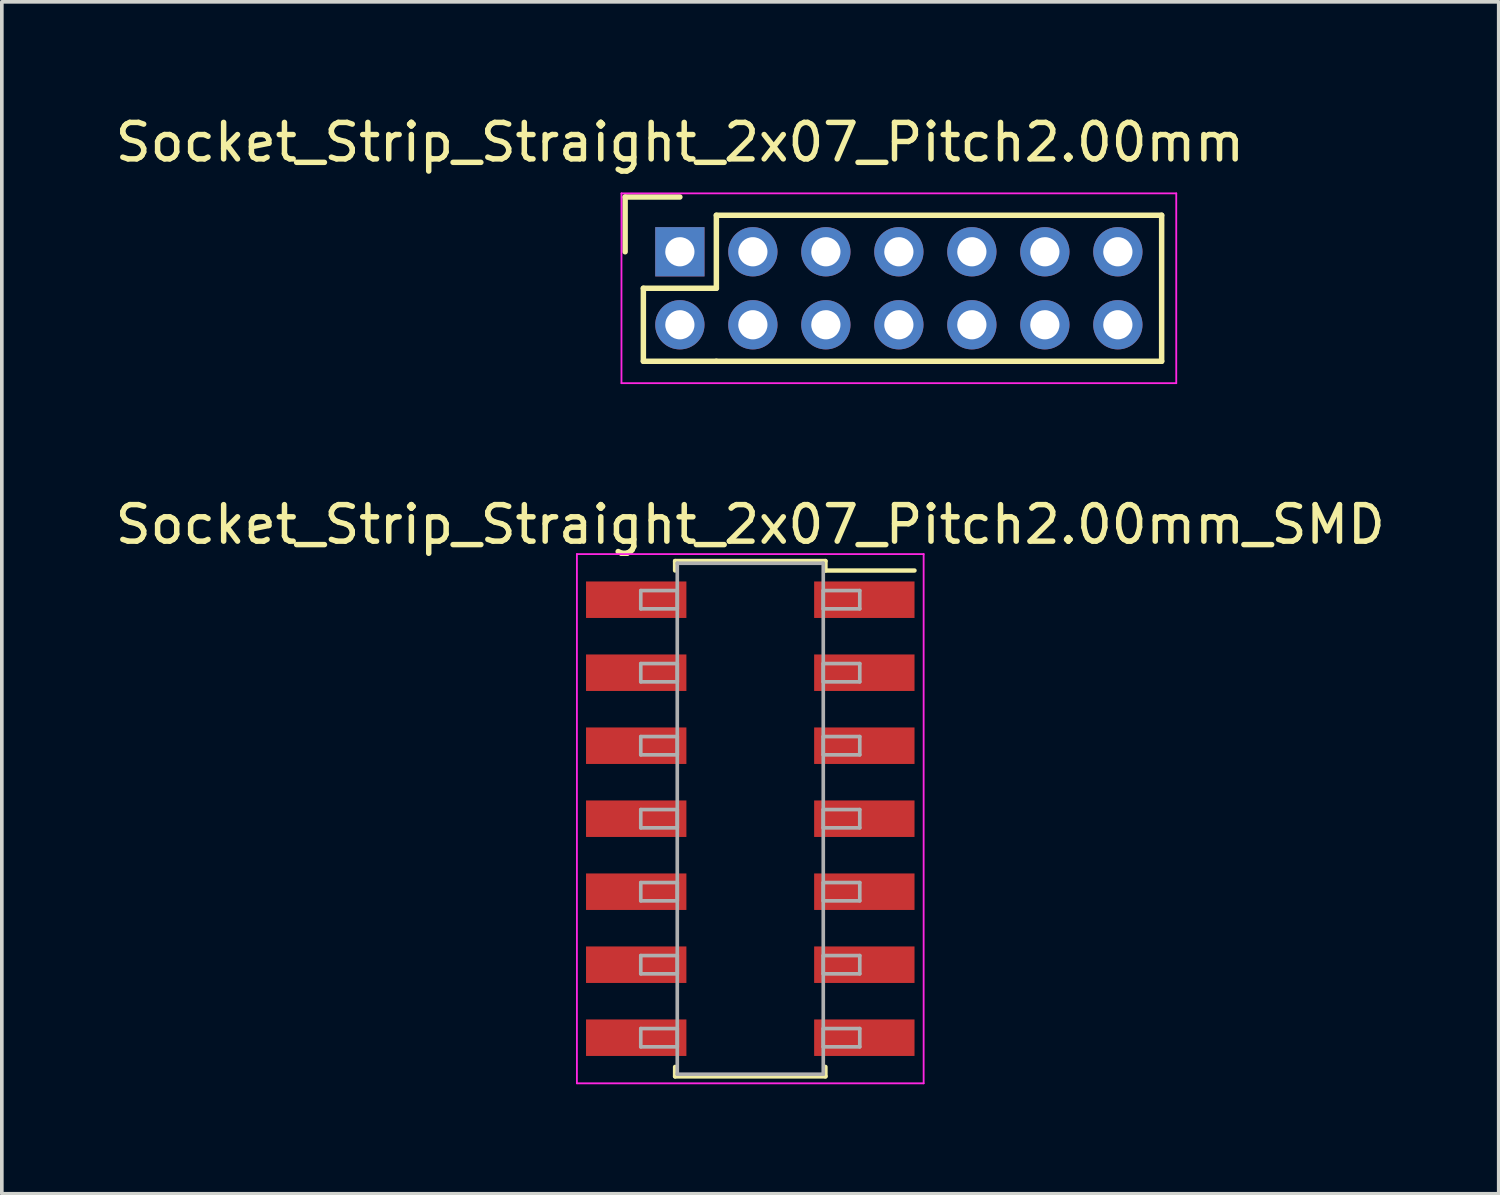
<source format=kicad_pcb>
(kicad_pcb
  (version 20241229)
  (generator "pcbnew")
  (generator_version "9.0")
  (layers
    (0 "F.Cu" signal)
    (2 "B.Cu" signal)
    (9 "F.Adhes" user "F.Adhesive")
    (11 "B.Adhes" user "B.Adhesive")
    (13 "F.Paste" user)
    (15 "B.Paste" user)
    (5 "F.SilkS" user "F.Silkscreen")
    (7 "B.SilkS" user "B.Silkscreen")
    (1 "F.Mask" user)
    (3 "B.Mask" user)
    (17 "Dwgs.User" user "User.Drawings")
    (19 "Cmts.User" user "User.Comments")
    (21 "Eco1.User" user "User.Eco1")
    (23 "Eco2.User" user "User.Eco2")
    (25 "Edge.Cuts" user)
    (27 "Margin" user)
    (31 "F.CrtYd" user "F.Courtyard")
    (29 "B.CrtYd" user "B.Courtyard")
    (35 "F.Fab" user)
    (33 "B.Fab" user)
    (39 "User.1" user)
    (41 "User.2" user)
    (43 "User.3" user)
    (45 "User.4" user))
  (footprint "Socket_Strip_Straight_2x07_Pitch2.00mm"
    (layer "F.Cu")
    (at 15.577 3.848)
    (property "Reference" "Socket_Strip_Straight_2x07_Pitch2.00mm" (at 0 -3 0) (layer "F.SilkS") (effects (font (size 1 1) (thickness 0.15))))
    (attr through_hole)
    (fp_line (start -1.5 -1.5) (end -1.5 0) (stroke (width 0.15) (type solid)) (layer "F.SilkS"))
    (fp_line (start -1 1) (end -1 3) (stroke (width 0.15) (type solid)) (layer "F.SilkS"))
    (fp_line (start -1 3) (end 1 3) (stroke (width 0.15) (type solid)) (layer "F.SilkS"))
    (fp_line (start 0 -1.5) (end -1.5 -1.5) (stroke (width 0.15) (type solid)) (layer "F.SilkS"))
    (fp_line (start 1 -1) (end 1 1) (stroke (width 0.15) (type solid)) (layer "F.SilkS"))
    (fp_line (start 1 1) (end -1 1) (stroke (width 0.15) (type solid)) (layer "F.SilkS"))
    (fp_line (start 1 3) (end 13.2 3) (stroke (width 0.15) (type solid)) (layer "F.SilkS"))
    (fp_line (start 13.2 -1) (end 1 -1) (stroke (width 0.15) (type solid)) (layer "F.SilkS"))
    (fp_line (start 13.2 3) (end 13.2 -1) (stroke (width 0.15) (type solid)) (layer "F.SilkS"))
    (fp_line (start -1.6 -1.6) (end -1.6 3.6) (stroke (width 0.05) (type solid)) (layer "F.CrtYd"))
    (fp_line (start -1.6 3.6) (end 13.6 3.6) (stroke (width 0.05) (type solid)) (layer "F.CrtYd"))
    (fp_line (start 13.6 -1.6) (end -1.6 -1.6) (stroke (width 0.05) (type solid)) (layer "F.CrtYd"))
    (fp_line (start 13.6 3.6) (end 13.6 -1.6) (stroke (width 0.05) (type solid)) (layer "F.CrtYd"))
    (pad "1" thru_hole rect (at 0 0) (size 1.35 1.35) (drill 0.8) (layers "*.Cu" "*.Mask"))
    (pad "2" thru_hole circle (at 0 2) (size 1.35 1.35) (drill 0.8) (layers "*.Cu" "*.Mask"))
    (pad "3" thru_hole circle (at 2 0) (size 1.35 1.35) (drill 0.8) (layers "*.Cu" "*.Mask"))
    (pad "4" thru_hole circle (at 2 2) (size 1.35 1.35) (drill 0.8) (layers "*.Cu" "*.Mask"))
    (pad "5" thru_hole circle (at 4 0) (size 1.35 1.35) (drill 0.8) (layers "*.Cu" "*.Mask"))
    (pad "6" thru_hole circle (at 4 2) (size 1.35 1.35) (drill 0.8) (layers "*.Cu" "*.Mask"))
    (pad "7" thru_hole circle (at 6 0) (size 1.35 1.35) (drill 0.8) (layers "*.Cu" "*.Mask"))
    (pad "8" thru_hole circle (at 6 2) (size 1.35 1.35) (drill 0.8) (layers "*.Cu" "*.Mask"))
    (pad "9" thru_hole circle (at 8 0) (size 1.35 1.35) (drill 0.8) (layers "*.Cu" "*.Mask"))
    (pad "10" thru_hole circle (at 8 2) (size 1.35 1.35) (drill 0.8) (layers "*.Cu" "*.Mask"))
    (pad "11" thru_hole circle (at 10 0) (size 1.35 1.35) (drill 0.8) (layers "*.Cu" "*.Mask"))
    (pad "12" thru_hole circle (at 10 2) (size 1.35 1.35) (drill 0.8) (layers "*.Cu" "*.Mask"))
    (pad "13" thru_hole circle (at 12 0) (size 1.35 1.35) (drill 0.8) (layers "*.Cu" "*.Mask"))
    (pad "14" thru_hole circle (at 12 2) (size 1.35 1.35) (drill 0.8) (layers "*.Cu" "*.Mask")))
  (footprint "Socket_Strip_Straight_2x07_Pitch2.00mm_SMD"
    (layer "F.Cu")
    (at 17.506 19.381)
    (property "Reference" "Socket_Strip_Straight_2x07_Pitch2.00mm_SMD" (at 0 -8.06 0) (layer "F.SilkS") (effects (font (size 1 1) (thickness 0.15))))
    (attr smd)
    (fp_line (start -2.06 -7.06) (end 2.06 -7.06) (stroke (width 0.12) (type solid)) (layer "F.SilkS"))
    (fp_line (start -2.06 -6.8) (end -2.06 -7.06) (stroke (width 0.12) (type solid)) (layer "F.SilkS"))
    (fp_line (start -2.06 6.8) (end -2.06 7.06) (stroke (width 0.12) (type solid)) (layer "F.SilkS"))
    (fp_line (start -2.06 7.06) (end 2.06 7.06) (stroke (width 0.12) (type solid)) (layer "F.SilkS"))
    (fp_line (start 2.06 -7.06) (end 2.06 -6.8) (stroke (width 0.12) (type solid)) (layer "F.SilkS"))
    (fp_line (start 2.06 7.06) (end 2.06 6.8) (stroke (width 0.12) (type solid)) (layer "F.SilkS"))
    (fp_line (start 4.5 -6.8) (end 2.06 -6.8) (stroke (width 0.12) (type solid)) (layer "F.SilkS"))
    (fp_line (start -4.75 -7.25) (end -4.75 7.25) (stroke (width 0.05) (type solid)) (layer "F.CrtYd"))
    (fp_line (start -4.75 7.25) (end 4.75 7.25) (stroke (width 0.05) (type solid)) (layer "F.CrtYd"))
    (fp_line (start 4.75 -7.25) (end -4.75 -7.25) (stroke (width 0.05) (type solid)) (layer "F.CrtYd"))
    (fp_line (start 4.75 7.25) (end 4.75 -7.25) (stroke (width 0.05) (type solid)) (layer "F.CrtYd"))
    (fp_line (start -3 -6.25) (end -2 -6.25) (stroke (width 0.1) (type solid)) (layer "F.Fab"))
    (fp_line (start -3 -5.75) (end -3 -6.25) (stroke (width 0.1) (type solid)) (layer "F.Fab"))
    (fp_line (start -3 -4.25) (end -2 -4.25) (stroke (width 0.1) (type solid)) (layer "F.Fab"))
    (fp_line (start -3 -3.75) (end -3 -4.25) (stroke (width 0.1) (type solid)) (layer "F.Fab"))
    (fp_line (start -3 -2.25) (end -2 -2.25) (stroke (width 0.1) (type solid)) (layer "F.Fab"))
    (fp_line (start -3 -1.75) (end -3 -2.25) (stroke (width 0.1) (type solid)) (layer "F.Fab"))
    (fp_line (start -3 -0.25) (end -2 -0.25) (stroke (width 0.1) (type solid)) (layer "F.Fab"))
    (fp_line (start -3 0.25) (end -3 -0.25) (stroke (width 0.1) (type solid)) (layer "F.Fab"))
    (fp_line (start -3 1.75) (end -2 1.75) (stroke (width 0.1) (type solid)) (layer "F.Fab"))
    (fp_line (start -3 2.25) (end -3 1.75) (stroke (width 0.1) (type solid)) (layer "F.Fab"))
    (fp_line (start -3 3.75) (end -2 3.75) (stroke (width 0.1) (type solid)) (layer "F.Fab"))
    (fp_line (start -3 4.25) (end -3 3.75) (stroke (width 0.1) (type solid)) (layer "F.Fab"))
    (fp_line (start -3 5.75) (end -2 5.75) (stroke (width 0.1) (type solid)) (layer "F.Fab"))
    (fp_line (start -3 6.25) (end -3 5.75) (stroke (width 0.1) (type solid)) (layer "F.Fab"))
    (fp_line (start -2 -7) (end -2 7) (stroke (width 0.1) (type solid)) (layer "F.Fab"))
    (fp_line (start -2 -6.25) (end -2 -5.75) (stroke (width 0.1) (type solid)) (layer "F.Fab"))
    (fp_line (start -2 -5.75) (end -3 -5.75) (stroke (width 0.1) (type solid)) (layer "F.Fab"))
    (fp_line (start -2 -4.25) (end -2 -3.75) (stroke (width 0.1) (type solid)) (layer "F.Fab"))
    (fp_line (start -2 -3.75) (end -3 -3.75) (stroke (width 0.1) (type solid)) (layer "F.Fab"))
    (fp_line (start -2 -2.25) (end -2 -1.75) (stroke (width 0.1) (type solid)) (layer "F.Fab"))
    (fp_line (start -2 -1.75) (end -3 -1.75) (stroke (width 0.1) (type solid)) (layer "F.Fab"))
    (fp_line (start -2 -0.25) (end -2 0.25) (stroke (width 0.1) (type solid)) (layer "F.Fab"))
    (fp_line (start -2 0.25) (end -3 0.25) (stroke (width 0.1) (type solid)) (layer "F.Fab"))
    (fp_line (start -2 1.75) (end -2 2.25) (stroke (width 0.1) (type solid)) (layer "F.Fab"))
    (fp_line (start -2 2.25) (end -3 2.25) (stroke (width 0.1) (type solid)) (layer "F.Fab"))
    (fp_line (start -2 3.75) (end -2 4.25) (stroke (width 0.1) (type solid)) (layer "F.Fab"))
    (fp_line (start -2 4.25) (end -3 4.25) (stroke (width 0.1) (type solid)) (layer "F.Fab"))
    (fp_line (start -2 5.75) (end -2 6.25) (stroke (width 0.1) (type solid)) (layer "F.Fab"))
    (fp_line (start -2 6.25) (end -3 6.25) (stroke (width 0.1) (type solid)) (layer "F.Fab"))
    (fp_line (start -2 7) (end 2 7) (stroke (width 0.1) (type solid)) (layer "F.Fab"))
    (fp_line (start 2 -7) (end -2 -7) (stroke (width 0.1) (type solid)) (layer "F.Fab"))
    (fp_line (start 2 -6.25) (end 2 -5.75) (stroke (width 0.1) (type solid)) (layer "F.Fab"))
    (fp_line (start 2 -5.75) (end 3 -5.75) (stroke (width 0.1) (type solid)) (layer "F.Fab"))
    (fp_line (start 2 -4.25) (end 2 -3.75) (stroke (width 0.1) (type solid)) (layer "F.Fab"))
    (fp_line (start 2 -3.75) (end 3 -3.75) (stroke (width 0.1) (type solid)) (layer "F.Fab"))
    (fp_line (start 2 -2.25) (end 2 -1.75) (stroke (width 0.1) (type solid)) (layer "F.Fab"))
    (fp_line (start 2 -1.75) (end 3 -1.75) (stroke (width 0.1) (type solid)) (layer "F.Fab"))
    (fp_line (start 2 -0.25) (end 2 0.25) (stroke (width 0.1) (type solid)) (layer "F.Fab"))
    (fp_line (start 2 0.25) (end 3 0.25) (stroke (width 0.1) (type solid)) (layer "F.Fab"))
    (fp_line (start 2 1.75) (end 2 2.25) (stroke (width 0.1) (type solid)) (layer "F.Fab"))
    (fp_line (start 2 2.25) (end 3 2.25) (stroke (width 0.1) (type solid)) (layer "F.Fab"))
    (fp_line (start 2 3.75) (end 2 4.25) (stroke (width 0.1) (type solid)) (layer "F.Fab"))
    (fp_line (start 2 4.25) (end 3 4.25) (stroke (width 0.1) (type solid)) (layer "F.Fab"))
    (fp_line (start 2 5.75) (end 2 6.25) (stroke (width 0.1) (type solid)) (layer "F.Fab"))
    (fp_line (start 2 6.25) (end 3 6.25) (stroke (width 0.1) (type solid)) (layer "F.Fab"))
    (fp_line (start 2 7) (end 2 -7) (stroke (width 0.1) (type solid)) (layer "F.Fab"))
    (fp_line (start 3 -6.25) (end 2 -6.25) (stroke (width 0.1) (type solid)) (layer "F.Fab"))
    (fp_line (start 3 -5.75) (end 3 -6.25) (stroke (width 0.1) (type solid)) (layer "F.Fab"))
    (fp_line (start 3 -4.25) (end 2 -4.25) (stroke (width 0.1) (type solid)) (layer "F.Fab"))
    (fp_line (start 3 -3.75) (end 3 -4.25) (stroke (width 0.1) (type solid)) (layer "F.Fab"))
    (fp_line (start 3 -2.25) (end 2 -2.25) (stroke (width 0.1) (type solid)) (layer "F.Fab"))
    (fp_line (start 3 -1.75) (end 3 -2.25) (stroke (width 0.1) (type solid)) (layer "F.Fab"))
    (fp_line (start 3 -0.25) (end 2 -0.25) (stroke (width 0.1) (type solid)) (layer "F.Fab"))
    (fp_line (start 3 0.25) (end 3 -0.25) (stroke (width 0.1) (type solid)) (layer "F.Fab"))
    (fp_line (start 3 1.75) (end 2 1.75) (stroke (width 0.1) (type solid)) (layer "F.Fab"))
    (fp_line (start 3 2.25) (end 3 1.75) (stroke (width 0.1) (type solid)) (layer "F.Fab"))
    (fp_line (start 3 3.75) (end 2 3.75) (stroke (width 0.1) (type solid)) (layer "F.Fab"))
    (fp_line (start 3 4.25) (end 3 3.75) (stroke (width 0.1) (type solid)) (layer "F.Fab"))
    (fp_line (start 3 5.75) (end 2 5.75) (stroke (width 0.1) (type solid)) (layer "F.Fab"))
    (fp_line (start 3 6.25) (end 3 5.75) (stroke (width 0.1) (type solid)) (layer "F.Fab"))
    (pad "1" smd rect (at 3.125 -6) (size 2.75 1) (layers "F.Cu" "F.Mask"))
    (pad "2" smd rect (at -3.125 -6) (size 2.75 1) (layers "F.Cu" "F.Mask"))
    (pad "3" smd rect (at 3.125 -4) (size 2.75 1) (layers "F.Cu" "F.Mask"))
    (pad "4" smd rect (at -3.125 -4) (size 2.75 1) (layers "F.Cu" "F.Mask"))
    (pad "5" smd rect (at 3.125 -2) (size 2.75 1) (layers "F.Cu" "F.Mask"))
    (pad "6" smd rect (at -3.125 -2) (size 2.75 1) (layers "F.Cu" "F.Mask"))
    (pad "7" smd rect (at 3.125 0) (size 2.75 1) (layers "F.Cu" "F.Mask"))
    (pad "8" smd rect (at -3.125 0) (size 2.75 1) (layers "F.Cu" "F.Mask"))
    (pad "9" smd rect (at 3.125 2) (size 2.75 1) (layers "F.Cu" "F.Mask"))
    (pad "10" smd rect (at -3.125 2) (size 2.75 1) (layers "F.Cu" "F.Mask"))
    (pad "11" smd rect (at 3.125 4) (size 2.75 1) (layers "F.Cu" "F.Mask"))
    (pad "12" smd rect (at -3.125 4) (size 2.75 1) (layers "F.Cu" "F.Mask"))
    (pad "13" smd rect (at 3.125 6) (size 2.75 1) (layers "F.Cu" "F.Mask"))
    (pad "14" smd rect (at -3.125 6) (size 2.75 1) (layers "F.Cu" "F.Mask")))
  (gr_rect
    (start -3 -3)
    (end 38.012 29.657)
    (stroke (width 0.1) (type default))
    (fill no)
    (layer "Edge.Cuts")))
</source>
